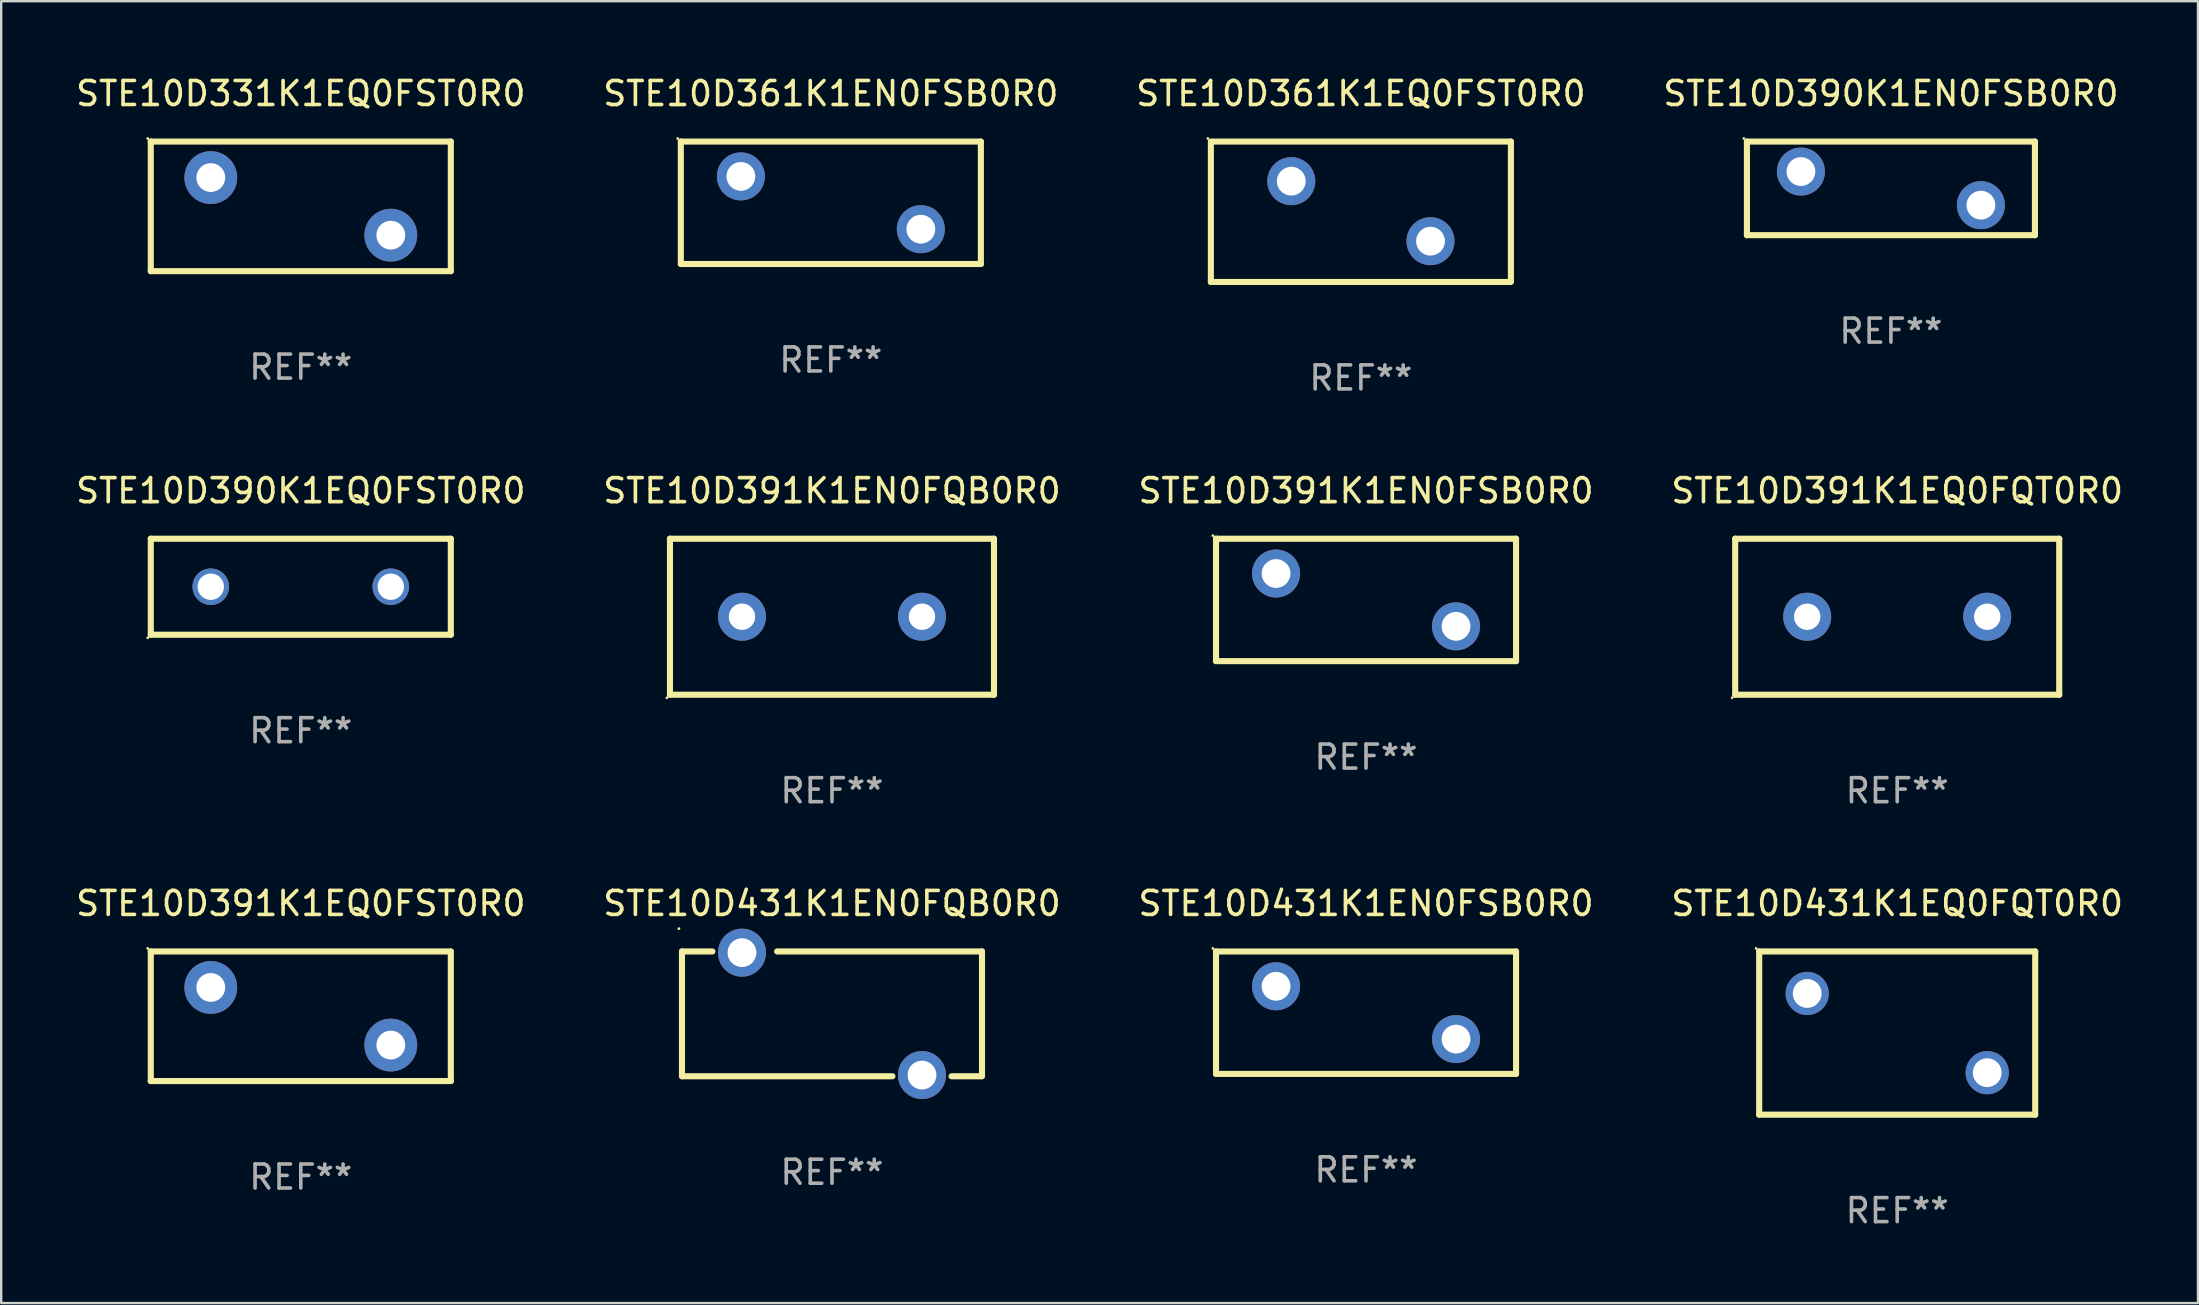
<source format=kicad_pcb>
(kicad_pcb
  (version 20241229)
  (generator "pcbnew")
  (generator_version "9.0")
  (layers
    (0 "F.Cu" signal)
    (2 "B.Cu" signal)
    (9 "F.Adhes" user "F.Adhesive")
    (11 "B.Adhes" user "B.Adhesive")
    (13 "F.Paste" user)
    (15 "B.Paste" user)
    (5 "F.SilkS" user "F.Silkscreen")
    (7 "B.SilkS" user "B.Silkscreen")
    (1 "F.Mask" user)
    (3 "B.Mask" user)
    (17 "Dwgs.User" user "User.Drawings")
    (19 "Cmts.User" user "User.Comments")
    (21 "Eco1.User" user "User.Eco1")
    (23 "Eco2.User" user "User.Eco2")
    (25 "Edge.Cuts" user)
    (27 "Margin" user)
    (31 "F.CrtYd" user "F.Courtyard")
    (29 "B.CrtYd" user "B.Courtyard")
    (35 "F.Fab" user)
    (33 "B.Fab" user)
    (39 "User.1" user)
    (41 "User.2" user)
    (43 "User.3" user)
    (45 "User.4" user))
  (footprint "STE10D331K1EQ0FST0R0"
    (layer "F.Cu")
    (at 9.482 5.548)
    (property "Reference" "STE10D331K1EQ0FST0R0" (at 0 -4.7 0) (layer "F.SilkS") (effects (font (size 1 1) (thickness 0.15))))
    (attr through_hole)
    (fp_line (start -6.25 -2.7) (end -6.25 2.7) (stroke (width 0.254) (type solid)) (layer "F.SilkS"))
    (fp_line (start -6.25 -2.7) (end 6.25 -2.7) (stroke (width 0.254) (type solid)) (layer "F.SilkS"))
    (fp_line (start -6.25 2.7) (end 6.25 2.7) (stroke (width 0.254) (type solid)) (layer "F.SilkS"))
    (fp_line (start 6.25 -2.7) (end 6.25 2.7) (stroke (width 0.254) (type solid)) (layer "F.SilkS"))
    (fp_circle (center -6.377 -2.827) (end -6.347 -2.827) (stroke (width 0.06) (type solid)) (fill no) (layer "F.SilkS"))
    (fp_text user "REF**" (at 0 6.7 0) (layer "F.Fab") (effects (font (size 1 1) (thickness 0.15))))
    (pad "1" thru_hole circle (at -3.75 -1.2) (size 2.2 2.2) (drill 1.2) (layers "*.Cu" "*.Mask"))
    (pad "2" thru_hole circle (at 3.75 1.2) (size 2.2 2.2) (drill 1.2) (layers "*.Cu" "*.Mask")))
  (footprint "STE10D431K1EN0FSB0R0"
    (layer "F.Cu")
    (at 53.863 39.142)
    (property "Reference" "STE10D431K1EN0FSB0R0" (at 0 -4.55 0) (layer "F.SilkS") (effects (font (size 1 1) (thickness 0.15))))
    (attr through_hole)
    (fp_line (start -6.249 -2.55) (end 6.251 -2.55) (stroke (width 0.254) (type solid)) (layer "F.SilkS"))
    (fp_line (start -6.249 2.55) (end -6.249 -2.55) (stroke (width 0.254) (type solid)) (layer "F.SilkS"))
    (fp_line (start 6.251 -2.55) (end 6.251 2.55) (stroke (width 0.254) (type solid)) (layer "F.SilkS"))
    (fp_line (start 6.251 2.55) (end -6.251 2.55) (stroke (width 0.254) (type solid)) (layer "F.SilkS"))
    (fp_circle (center -6.378 -2.677) (end -6.348 -2.677) (stroke (width 0.06) (type solid)) (fill no) (layer "F.SilkS"))
    (fp_text user "REF**" (at 0 6.55 0) (layer "F.Fab") (effects (font (size 1 1) (thickness 0.15))))
    (pad "1" thru_hole circle (at -3.748 -1.1) (size 2 2) (drill 1.2) (layers "*.Cu" "*.Mask"))
    (pad "2" thru_hole circle (at 3.75 1.1) (size 2 2) (drill 1.2) (layers "*.Cu" "*.Mask")))
  (footprint "STE10D431K1EN0FQB0R0"
    (layer "F.Cu")
    (at 31.613 39.191)
    (property "Reference" "STE10D431K1EN0FQB0R0" (at 0 -4.6 0) (layer "F.SilkS") (effects (font (size 1 1) (thickness 0.15))))
    (attr through_hole)
    (fp_line (start -6.25 -2.6) (end -6.25 2.6) (stroke (width 0.254) (type solid)) (layer "F.SilkS"))
    (fp_line (start -6.25 -2.6) (end -4.981 -2.6) (stroke (width 0.254) (type solid)) (layer "F.SilkS"))
    (fp_line (start -6.25 2.6) (end 2.519 2.6) (stroke (width 0.254) (type solid)) (layer "F.SilkS"))
    (fp_line (start 4.981 2.6) (end 6.223 2.6) (stroke (width 0.254) (type solid)) (layer "F.SilkS"))
    (fp_line (start 6.25 -2.6) (end -2.286 -2.6) (stroke (width 0.254) (type solid)) (layer "F.SilkS"))
    (fp_line (start 6.25 -2.6) (end 6.25 2.6) (stroke (width 0.254) (type solid)) (layer "F.SilkS"))
    (fp_circle (center -6.377 -3.55) (end -6.347 -3.55) (stroke (width 0.06) (type solid)) (fill no) (layer "F.SilkS"))
    (fp_text user "REF**" (at 0 6.6 0) (layer "F.Fab") (effects (font (size 1 1) (thickness 0.15))))
    (pad "1" thru_hole circle (at -3.75 -2.55) (size 2 2) (drill 1.2) (layers "*.Cu" "*.Mask"))
    (pad "2" thru_hole circle (at 3.75 2.55) (size 2 2) (drill 1.2) (layers "*.Cu" "*.Mask")))
  (footprint "STE10D391K1EQ0FQT0R0"
    (layer "F.Cu")
    (at 75.994 22.645)
    (property "Reference" "STE10D391K1EQ0FQT0R0" (at 0 -5.25 0) (layer "F.SilkS") (effects (font (size 1 1) (thickness 0.15))))
    (attr through_hole)
    (fp_line (start -6.75 -3.25) (end -6.75 3.25) (stroke (width 0.254) (type solid)) (layer "F.SilkS"))
    (fp_line (start -6.75 -3.25) (end 6.75 -3.25) (stroke (width 0.254) (type solid)) (layer "F.SilkS"))
    (fp_line (start -6.75 3.25) (end 6.75 3.25) (stroke (width 0.254) (type solid)) (layer "F.SilkS"))
    (fp_line (start 6.75 -3.25) (end 6.75 3.25) (stroke (width 0.254) (type solid)) (layer "F.SilkS"))
    (fp_circle (center -6.877 3.377) (end -6.847 3.377) (stroke (width 0.06) (type solid)) (fill no) (layer "F.SilkS"))
    (fp_text user "REF**" (at 0 7.25 0) (layer "F.Fab") (effects (font (size 1 1) (thickness 0.15))))
    (pad "1" thru_hole circle (at -3.75 0) (size 2 2) (drill 1.1) (layers "*.Cu" "*.Mask"))
    (pad "2" thru_hole circle (at 3.75 0) (size 2 2) (drill 1.1) (layers "*.Cu" "*.Mask")))
  (footprint "STE10D391K1EQ0FST0R0"
    (layer "F.Cu")
    (at 9.482 39.291)
    (property "Reference" "STE10D391K1EQ0FST0R0" (at 0 -4.7 0) (layer "F.SilkS") (effects (font (size 1 1) (thickness 0.15))))
    (attr through_hole)
    (fp_line (start -6.25 -2.7) (end -6.25 2.7) (stroke (width 0.254) (type solid)) (layer "F.SilkS"))
    (fp_line (start -6.25 -2.7) (end 6.25 -2.7) (stroke (width 0.254) (type solid)) (layer "F.SilkS"))
    (fp_line (start -6.25 2.7) (end 6.25 2.7) (stroke (width 0.254) (type solid)) (layer "F.SilkS"))
    (fp_line (start 6.25 -2.7) (end 6.25 2.7) (stroke (width 0.254) (type solid)) (layer "F.SilkS"))
    (fp_circle (center -6.377 -2.827) (end -6.347 -2.827) (stroke (width 0.06) (type solid)) (fill no) (layer "F.SilkS"))
    (fp_text user "REF**" (at 0 6.7 0) (layer "F.Fab") (effects (font (size 1 1) (thickness 0.15))))
    (pad "1" thru_hole circle (at -3.75 -1.2) (size 2.2 2.2) (drill 1.2) (layers "*.Cu" "*.Mask"))
    (pad "2" thru_hole circle (at 3.75 1.2) (size 2.2 2.2) (drill 1.2) (layers "*.Cu" "*.Mask")))
  (footprint "STE10D361K1EN0FSB0R0"
    (layer "F.Cu")
    (at 31.565 5.399)
    (property "Reference" "STE10D361K1EN0FSB0R0" (at 0 -4.55 0) (layer "F.SilkS") (effects (font (size 1 1) (thickness 0.15))))
    (attr through_hole)
    (fp_line (start -6.249 -2.55) (end 6.251 -2.55) (stroke (width 0.254) (type solid)) (layer "F.SilkS"))
    (fp_line (start -6.249 2.55) (end -6.249 -2.55) (stroke (width 0.254) (type solid)) (layer "F.SilkS"))
    (fp_line (start 6.251 -2.55) (end 6.251 2.55) (stroke (width 0.254) (type solid)) (layer "F.SilkS"))
    (fp_line (start 6.251 2.55) (end -6.251 2.55) (stroke (width 0.254) (type solid)) (layer "F.SilkS"))
    (fp_circle (center -6.378 -2.677) (end -6.348 -2.677) (stroke (width 0.06) (type solid)) (fill no) (layer "F.SilkS"))
    (fp_text user "REF**" (at 0 6.55 0) (layer "F.Fab") (effects (font (size 1 1) (thickness 0.15))))
    (pad "1" thru_hole circle (at -3.748 -1.1) (size 2 2) (drill 1.2) (layers "*.Cu" "*.Mask"))
    (pad "2" thru_hole circle (at 3.75 1.1) (size 2 2) (drill 1.2) (layers "*.Cu" "*.Mask")))
  (footprint "STE10D431K1EQ0FQT0R0"
    (layer "F.Cu")
    (at 75.994 39.991)
    (property "Reference" "STE10D431K1EQ0FQT0R0" (at 0 -5.4 0) (layer "F.SilkS") (effects (font (size 1 1) (thickness 0.15))))
    (attr through_hole)
    (fp_line (start -5.75 -3.4) (end 5.75 -3.4) (stroke (width 0.254) (type solid)) (layer "F.SilkS"))
    (fp_line (start -5.75 3.4) (end -5.75 -3.4) (stroke (width 0.254) (type solid)) (layer "F.SilkS"))
    (fp_line (start -5.75 3.4) (end 5.75 3.4) (stroke (width 0.254) (type solid)) (layer "F.SilkS"))
    (fp_line (start 5.75 -3.4) (end 5.75 3.4) (stroke (width 0.254) (type solid)) (layer "F.SilkS"))
    (fp_circle (center -5.877 -3.527) (end -5.847 -3.527) (stroke (width 0.06) (type solid)) (fill no) (layer "F.SilkS"))
    (fp_text user "REF**" (at 0 7.4 0) (layer "F.Fab") (effects (font (size 1 1) (thickness 0.15))))
    (pad "1" thru_hole circle (at -3.75 -1.65) (size 1.8 1.8) (drill 1.2) (layers "*.Cu" "*.Mask"))
    (pad "2" thru_hole circle (at 3.75 1.65) (size 1.8 1.8) (drill 1.2) (layers "*.Cu" "*.Mask")))
  (footprint "STE10D391K1EN0FSB0R0"
    (layer "F.Cu")
    (at 53.863 21.945)
    (property "Reference" "STE10D391K1EN0FSB0R0" (at 0 -4.55 0) (layer "F.SilkS") (effects (font (size 1 1) (thickness 0.15))))
    (attr through_hole)
    (fp_line (start -6.249 -2.55) (end 6.251 -2.55) (stroke (width 0.254) (type solid)) (layer "F.SilkS"))
    (fp_line (start -6.249 2.55) (end -6.249 -2.55) (stroke (width 0.254) (type solid)) (layer "F.SilkS"))
    (fp_line (start 6.251 -2.55) (end 6.251 2.55) (stroke (width 0.254) (type solid)) (layer "F.SilkS"))
    (fp_line (start 6.251 2.55) (end -6.251 2.55) (stroke (width 0.254) (type solid)) (layer "F.SilkS"))
    (fp_circle (center -6.378 -2.677) (end -6.348 -2.677) (stroke (width 0.06) (type solid)) (fill no) (layer "F.SilkS"))
    (fp_text user "REF**" (at 0 6.55 0) (layer "F.Fab") (effects (font (size 1 1) (thickness 0.15))))
    (pad "1" thru_hole circle (at -3.748 -1.1) (size 2 2) (drill 1.2) (layers "*.Cu" "*.Mask"))
    (pad "2" thru_hole circle (at 3.75 1.1) (size 2 2) (drill 1.2) (layers "*.Cu" "*.Mask")))
  (footprint "STE10D391K1EN0FQB0R0"
    (layer "F.Cu")
    (at 31.613 22.645)
    (property "Reference" "STE10D391K1EN0FQB0R0" (at 0 -5.25 0) (layer "F.SilkS") (effects (font (size 1 1) (thickness 0.15))))
    (attr through_hole)
    (fp_line (start -6.75 -3.25) (end -6.75 3.25) (stroke (width 0.254) (type solid)) (layer "F.SilkS"))
    (fp_line (start -6.75 -3.25) (end 6.75 -3.25) (stroke (width 0.254) (type solid)) (layer "F.SilkS"))
    (fp_line (start -6.75 3.25) (end 6.75 3.25) (stroke (width 0.254) (type solid)) (layer "F.SilkS"))
    (fp_line (start 6.75 -3.25) (end 6.75 3.25) (stroke (width 0.254) (type solid)) (layer "F.SilkS"))
    (fp_circle (center -6.877 3.377) (end -6.847 3.377) (stroke (width 0.06) (type solid)) (fill no) (layer "F.SilkS"))
    (fp_text user "REF**" (at 0 7.25 0) (layer "F.Fab") (effects (font (size 1 1) (thickness 0.15))))
    (pad "1" thru_hole circle (at -3.75 0) (size 2 2) (drill 1.1) (layers "*.Cu" "*.Mask"))
    (pad "2" thru_hole circle (at 3.75 0) (size 2 2) (drill 1.1) (layers "*.Cu" "*.Mask")))
  (footprint "STE10D390K1EN0FSB0R0"
    (layer "F.Cu")
    (at 75.732 4.798)
    (property "Reference" "STE10D390K1EN0FSB0R0" (at 0 -3.95 0) (layer "F.SilkS") (effects (font (size 1 1) (thickness 0.15))))
    (attr through_hole)
    (fp_line (start -6 -1.95) (end 6 -1.95) (stroke (width 0.254) (type solid)) (layer "F.SilkS"))
    (fp_line (start -6 1.95) (end -6 -1.95) (stroke (width 0.254) (type solid)) (layer "F.SilkS"))
    (fp_line (start 6 -1.95) (end 6 1.95) (stroke (width 0.254) (type solid)) (layer "F.SilkS"))
    (fp_line (start 6 1.95) (end -6 1.95) (stroke (width 0.254) (type solid)) (layer "F.SilkS"))
    (fp_circle (center -6.127 -2.077) (end -6.097 -2.077) (stroke (width 0.06) (type solid)) (fill no) (layer "F.SilkS"))
    (fp_text user "REF**" (at 0 5.95 0) (layer "F.Fab") (effects (font (size 1 1) (thickness 0.15))))
    (pad "1" thru_hole circle (at -3.749 -0.7) (size 2 2) (drill 1.2) (layers "*.Cu" "*.Mask"))
    (pad "2" thru_hole circle (at 3.749 0.7) (size 2 2) (drill 1.2) (layers "*.Cu" "*.Mask")))
  (footprint "STE10D390K1EQ0FST0R0"
    (layer "F.Cu")
    (at 9.482 21.395)
    (property "Reference" "STE10D390K1EQ0FST0R0" (at 0 -4 0) (layer "F.SilkS") (effects (font (size 1 1) (thickness 0.15))))
    (attr through_hole)
    (fp_line (start -6.25 -2) (end 6.25 -2) (stroke (width 0.254) (type solid)) (layer "F.SilkS"))
    (fp_line (start -6.25 2) (end -6.25 -2) (stroke (width 0.254) (type solid)) (layer "F.SilkS"))
    (fp_line (start 6.25 -2) (end 6.25 2) (stroke (width 0.254) (type solid)) (layer "F.SilkS"))
    (fp_line (start 6.25 2) (end -6.25 2) (stroke (width 0.254) (type solid)) (layer "F.SilkS"))
    (fp_circle (center -6.377 2.127) (end -6.347 2.127) (stroke (width 0.06) (type solid)) (fill no) (layer "F.SilkS"))
    (fp_text user "REF**" (at 0 6 0) (layer "F.Fab") (effects (font (size 1 1) (thickness 0.15))))
    (pad "1" thru_hole circle (at -3.75 0) (size 1.524 1.524) (drill 1.1) (layers "*.Cu" "*.Mask"))
    (pad "2" thru_hole circle (at 3.75 0) (size 1.524 1.524) (drill 1.1) (layers "*.Cu" "*.Mask")))
  (footprint "STE10D361K1EQ0FST0R0"
    (layer "F.Cu")
    (at 53.649 5.773)
    (property "Reference" "STE10D361K1EQ0FST0R0" (at 0 -4.925 0) (layer "F.SilkS") (effects (font (size 1 1) (thickness 0.15))))
    (attr through_hole)
    (fp_line (start -6.25 -2.925) (end 6.25 -2.925) (stroke (width 0.254) (type solid)) (layer "F.SilkS"))
    (fp_line (start -6.25 2.925) (end -6.25 -2.875) (stroke (width 0.254) (type solid)) (layer "F.SilkS"))
    (fp_line (start 6.25 -2.925) (end 6.25 2.875) (stroke (width 0.254) (type solid)) (layer "F.SilkS"))
    (fp_line (start 6.25 2.925) (end -6.25 2.925) (stroke (width 0.254) (type solid)) (layer "F.SilkS"))
    (fp_circle (center -6.377 -3.052) (end -6.347 -3.052) (stroke (width 0.06) (type solid)) (fill no) (layer "F.SilkS"))
    (fp_text user "REF**" (at 0 6.925 0) (layer "F.Fab") (effects (font (size 1 1) (thickness 0.15))))
    (pad "1" thru_hole circle (at -2.9 -1.275) (size 2 2) (drill 1.2) (layers "*.Cu" "*.Mask"))
    (pad "2" thru_hole circle (at 2.9 1.225) (size 2 2) (drill 1.2) (layers "*.Cu" "*.Mask")))
  (gr_rect
    (start -3 -3)
    (end 88.524 51.24)
    (stroke (width 0.1) (type default))
    (fill no)
    (layer "Edge.Cuts")))
</source>
